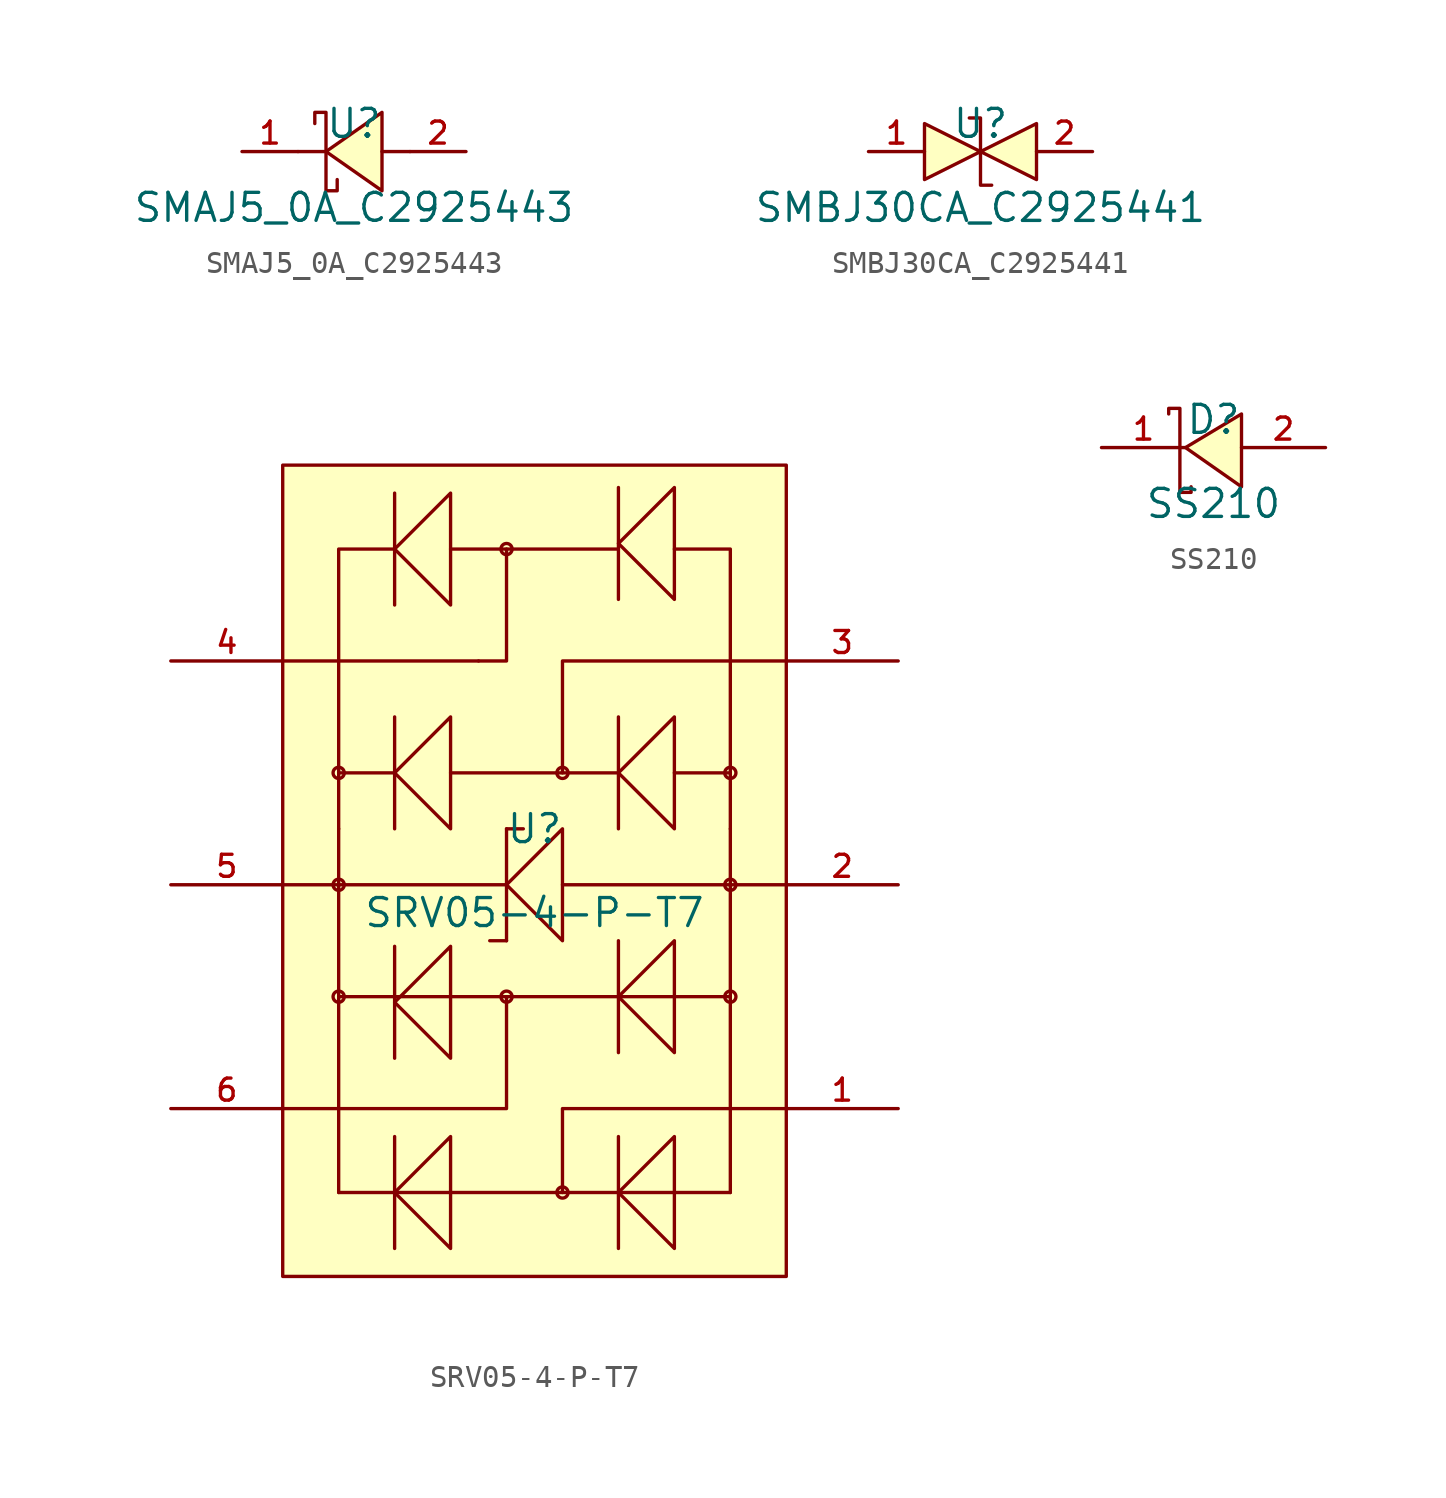
<source format=kicad_sym>
(kicad_symbol_lib
  (version 20210201)
  (generator TousstNicolas/JLC2KiCad_lib)
  (symbol "SMAJ5_0A_C2925443"
    (pin_names hide)
    (property "Reference" "U"
      (at 0 1.27 0)
      (effects (font (size 1.27 1.27))))
    (property "Value" "SMAJ5_0A_C2925443"
      (at 0 -2.54 0)
      (effects (font (size 1.27 1.27))))
    (symbol "SMAJ5_0A_C2925443_0_1"
      (polyline (pts (xy 1.27 1.778) (xy -1.27 -0.0) (xy 1.27 -1.778) (xy 1.27 1.778)) (stroke (width 0) (type default) (color 0 0 0 0)) (fill (type background)))
      (polyline (pts (xy -1.27 -0.0) (xy -2.54 -0.0)) (stroke (width 0) (type default) (color 0 0 0 0)) (fill (type none)))
      (polyline (pts (xy 2.54 -0.0) (xy 1.27 -0.0)) (stroke (width 0) (type default) (color 0 0 0 0)) (fill (type none)))
      (polyline (pts (xy -1.778 1.27) (xy -1.778 1.778) (xy -1.27 1.778) (xy -1.27 -1.778) (xy -0.762 -1.778) (xy -0.762 -1.27)) (stroke (width 0) (type default) (color 0 0 0 0)) (fill (type none)))
      (pin unspecified line (at -5.08 -0.0 0) (length 2.54) (name "K" (effects (font (size 1 1)))) (number "1" (effects (font (size 1 1)))))
      (pin unspecified line (at 5.08 -0.0 180) (length 2.54) (name "A" (effects (font (size 1 1)))) (number "2" (effects (font (size 1 1)))))))
  (symbol "SMBJ30CA_C2925441"
    (pin_names hide)
    (property "Reference" "U"
      (at 0 1.27 0)
      (effects (font (size 1.27 1.27))))
    (property "Value" "SMBJ30CA_C2925441"
      (at 0 -2.54 0)
      (effects (font (size 1.27 1.27))))
    (symbol "SMBJ30CA_C2925441_0_1"
      (polyline (pts (xy -0.508 1.524) (xy -0.508 1.524) (xy 0.0 1.524) (xy 0.0 -1.524) (xy 0.508 -1.524) (xy 0.508 -1.524)) (stroke (width 0) (type default) (color 0 0 0 0)) (fill (type none)))
      (polyline (pts (xy 2.54 1.27) (xy 0.0 -0.0) (xy 2.54 -1.27) (xy 2.54 1.27)) (stroke (width 0) (type default) (color 0 0 0 0)) (fill (type background)))
      (polyline (pts (xy -2.54 1.27) (xy 0.0 -0.0) (xy -2.54 -1.27) (xy -2.54 1.27)) (stroke (width 0) (type default) (color 0 0 0 0)) (fill (type background)))
      (pin unspecified line (at -5.08 -0.0 0) (length 2.54) (name "1" (effects (font (size 1 1)))) (number "1" (effects (font (size 1 1)))))
      (pin unspecified line (at 5.08 -0.0 180) (length 2.54) (name "2" (effects (font (size 1 1)))) (number "2" (effects (font (size 1 1)))))))
  (symbol "SRV05-4-P-T7"
    (pin_names hide)
    (property "Reference" "U"
      (at 0 1.27 0)
      (effects (font (size 1.27 1.27))))
    (property "Value" "SRV05-4-P-T7"
      (at 0 -2.54 0)
      (effects (font (size 1.27 1.27))))
    (symbol "SRV05-4-P-T7_0_1"
      (rectangle (start -11.43 17.78) (end 11.43 -19.05) (stroke (width 0) (type default) (color 0 0 0 0)) (fill (type background)))
      (pin input line (at 16.51 -11.43 180) (length 5.08) (name "1" (effects (font (size 1 1)))) (number "1" (effects (font (size 1 1)))))
      (pin input line (at 16.51 -1.27 180) (length 5.08) (name "2" (effects (font (size 1 1)))) (number "2" (effects (font (size 1 1)))))
      (pin input line (at 16.51 8.89 180) (length 5.08) (name "3" (effects (font (size 1 1)))) (number "3" (effects (font (size 1 1)))))
      (pin input line (at -16.51 8.89 0) (length 5.08) (name "4" (effects (font (size 1 1)))) (number "4" (effects (font (size 1 1)))))
      (pin input line (at -16.51 -1.27 0) (length 5.08) (name "5" (effects (font (size 1 1)))) (number "5" (effects (font (size 1 1)))))
      (polyline (pts (xy 8.89 -15.24) (xy -8.89 -15.24)) (stroke (width 0) (type default) (color 0 0 0 0)) (fill (type none)))
      (polyline (pts (xy 8.89 -6.35) (xy -1.27 -6.35)) (stroke (width 0) (type default) (color 0 0 0 0)) (fill (type none)))
      (polyline (pts (xy 6.35 -12.7) (xy 3.81 -15.24) (xy 6.35 -17.78) (xy 6.35 -12.7)) (stroke (width 0) (type default) (color 0 0 0 0)) (fill (type background)))
      (polyline (pts (xy 3.81 -17.78) (xy 3.81 -12.7)) (stroke (width 0) (type default) (color 0 0 0 0)) (fill (type none)))
      (polyline (pts (xy -3.81 -12.7) (xy -6.35 -15.24) (xy -3.81 -17.78) (xy -3.81 -12.7)) (stroke (width 0) (type default) (color 0 0 0 0)) (fill (type background)))
      (polyline (pts (xy -6.35 -17.78) (xy -6.35 -12.7)) (stroke (width 0) (type default) (color 0 0 0 0)) (fill (type none)))
      (polyline (pts (xy 1.27 1.27) (xy -1.27 -1.27) (xy 1.27 -3.81) (xy 1.27 1.27)) (stroke (width 0) (type default) (color 0 0 0 0)) (fill (type background)))
      (polyline (pts (xy -1.27 -3.81) (xy -1.27 1.27)) (stroke (width 0) (type default) (color 0 0 0 0)) (fill (type none)))
      (polyline (pts (xy -1.27 1.27) (xy -0.508 1.27)) (stroke (width 0) (type default) (color 0 0 0 0)) (fill (type none)))
      (pin input line (at -16.51 -11.43 0) (length 5.08) (name "6" (effects (font (size 1 1)))) (number "6" (effects (font (size 1 1)))))
      (polyline (pts (xy -1.27 -6.35) (xy -8.89 -6.35)) (stroke (width 0) (type default) (color 0 0 0 0)) (fill (type none)))
      (polyline (pts (xy -3.81 -4.064) (xy -6.35 -6.604) (xy -3.81 -9.144) (xy -3.81 -4.064)) (stroke (width 0) (type default) (color 0 0 0 0)) (fill (type background)))
      (polyline (pts (xy -6.35 -9.144) (xy -6.35 -4.064)) (stroke (width 0) (type default) (color 0 0 0 0)) (fill (type none)))
      (polyline (pts (xy 6.35 -3.81) (xy 3.81 -6.35) (xy 6.35 -8.89) (xy 6.35 -3.81)) (stroke (width 0) (type default) (color 0 0 0 0)) (fill (type background)))
      (polyline (pts (xy 3.81 -8.89) (xy 3.81 -3.81)) (stroke (width 0) (type default) (color 0 0 0 0)) (fill (type none)))
      (polyline (pts (xy -2.032 -3.81) (xy -1.27 -3.81)) (stroke (width 0) (type default) (color 0 0 0 0)) (fill (type none)))
      (polyline (pts (xy -1.27 -6.35) (xy -1.27 -11.43) (xy -11.43 -11.43)) (stroke (width 0) (type default) (color 0 0 0 0)) (fill (type none)))
      (polyline (pts (xy 1.27 -15.24) (xy 1.27 -11.43) (xy 11.43 -11.43)) (stroke (width 0) (type default) (color 0 0 0 0)) (fill (type none)))
      (polyline (pts (xy 8.89 -15.24) (xy 8.89 1.27)) (stroke (width 0) (type default) (color 0 0 0 0)) (fill (type none)))
      (polyline (pts (xy -8.89 -15.24) (xy -8.89 1.27)) (stroke (width 0) (type default) (color 0 0 0 0)) (fill (type none)))
      (polyline (pts (xy -2.54 8.89) (xy -2.54 8.89)) (stroke (width 0) (type default) (color 0 0 0 0)) (fill (type none)))
      (polyline (pts (xy 11.43 -1.27) (xy 1.27 -1.27)) (stroke (width 0) (type default) (color 0 0 0 0)) (fill (type none)))
      (polyline (pts (xy -1.27 -1.27) (xy -8.89 -1.27)) (stroke (width 0) (type default) (color 0 0 0 0)) (fill (type none)))
      (polyline (pts (xy 6.35 6.35) (xy 3.81 3.81) (xy 6.35 1.27) (xy 6.35 6.35)) (stroke (width 0) (type default) (color 0 0 0 0)) (fill (type background)))
      (polyline (pts (xy 3.81 1.27) (xy 3.81 6.35)) (stroke (width 0) (type default) (color 0 0 0 0)) (fill (type none)))
      (polyline (pts (xy -3.81 6.35) (xy -6.35 3.81) (xy -3.81 1.27) (xy -3.81 6.35)) (stroke (width 0) (type default) (color 0 0 0 0)) (fill (type background)))
      (polyline (pts (xy -6.35 1.27) (xy -6.35 6.35)) (stroke (width 0) (type default) (color 0 0 0 0)) (fill (type none)))
      (polyline (pts (xy -3.81 16.51) (xy -6.35 13.97) (xy -3.81 11.43) (xy -3.81 16.51)) (stroke (width 0) (type default) (color 0 0 0 0)) (fill (type background)))
      (polyline (pts (xy -6.35 11.43) (xy -6.35 16.51)) (stroke (width 0) (type default) (color 0 0 0 0)) (fill (type none)))
      (polyline (pts (xy 6.35 16.764) (xy 3.81 14.224) (xy 6.35 11.684) (xy 6.35 16.764)) (stroke (width 0) (type default) (color 0 0 0 0)) (fill (type background)))
      (polyline (pts (xy 3.81 11.684) (xy 3.81 16.764)) (stroke (width 0) (type default) (color 0 0 0 0)) (fill (type none)))
      (polyline (pts (xy 3.81 3.81) (xy -3.81 3.81)) (stroke (width 0) (type default) (color 0 0 0 0)) (fill (type none)))
      (polyline (pts (xy 6.35 3.81) (xy 8.89 3.81) (xy 8.89 1.27)) (stroke (width 0) (type default) (color 0 0 0 0)) (fill (type none)))
      (polyline (pts (xy -6.35 3.81) (xy -8.89 3.81) (xy -8.89 1.27)) (stroke (width 0) (type default) (color 0 0 0 0)) (fill (type none)))
      (polyline (pts (xy 8.89 3.81) (xy 8.89 13.97) (xy 6.35 13.97)) (stroke (width 0) (type default) (color 0 0 0 0)) (fill (type none)))
      (polyline (pts (xy 3.81 13.97) (xy -3.81 13.97)) (stroke (width 0) (type default) (color 0 0 0 0)) (fill (type none)))
      (polyline (pts (xy -6.35 13.97) (xy -8.89 13.97) (xy -8.89 3.81)) (stroke (width 0) (type default) (color 0 0 0 0)) (fill (type none)))
      (polyline (pts (xy -8.89 -1.27) (xy -11.43 -1.27)) (stroke (width 0) (type default) (color 0 0 0 0)) (fill (type none)))
      (circle (center 8.89 -6.35) (radius 0.254) (stroke (width 0) (type default) (color 0 0 0 0)) (fill (type background)))
      (circle (center -8.89 -6.35) (radius 0.254) (stroke (width 0) (type default) (color 0 0 0 0)) (fill (type background)))
      (circle (center 8.89 3.81) (radius 0.254) (stroke (width 0) (type default) (color 0 0 0 0)) (fill (type background)))
      (circle (center -8.89 3.81) (radius 0.254) (stroke (width 0) (type default) (color 0 0 0 0)) (fill (type background)))
      (circle (center 1.27 3.81) (radius 0.254) (stroke (width 0) (type default) (color 0 0 0 0)) (fill (type background)))
      (polyline (pts (xy 1.27 3.81) (xy 1.27 8.89) (xy 11.43 8.89)) (stroke (width 0) (type default) (color 0 0 0 0)) (fill (type none)))
      (polyline (pts (xy -1.27 13.97) (xy -1.27 8.89) (xy -8.89 8.89)) (stroke (width 0) (type default) (color 0 0 0 0)) (fill (type none)))
      (polyline (pts (xy -8.89 8.89) (xy -11.43 8.89)) (stroke (width 0) (type default) (color 0 0 0 0)) (fill (type none)))
      (circle (center -1.27 13.97) (radius 0.254) (stroke (width 0) (type default) (color 0 0 0 0)) (fill (type background)))
      (circle (center 1.27 -15.24) (radius 0.254) (stroke (width 0) (type default) (color 0 0 0 0)) (fill (type background)))
      (circle (center -1.27 -6.35) (radius 0.254) (stroke (width 0) (type default) (color 0 0 0 0)) (fill (type background)))
      (circle (center 8.89 -1.27) (radius 0.254) (stroke (width 0) (type default) (color 0 0 0 0)) (fill (type background)))
      (circle (center -8.89 -1.27) (radius 0.254) (stroke (width 0) (type default) (color 0 0 0 0)) (fill (type background)))))
  (symbol "SS210"
    (pin_names hide)
    (property "Reference" "D"
      (at 0 1.27 0)
      (effects (font (size 1.27 1.27))))
    (property "Value" "SS210"
      (at 0 -2.54 0)
      (effects (font (size 1.27 1.27))))
    (symbol "SS210_0_1"
      (pin unspecified line (at 5.08 -0.0 180) (length 3.81) (name "A" (effects (font (size 1 1)))) (number "2" (effects (font (size 1 1)))))
      (pin unspecified line (at -5.08 -0.0 0) (length 3.81) (name "K" (effects (font (size 1 1)))) (number "1" (effects (font (size 1 1)))))
      (polyline (pts (xy -2.032 1.524) (xy -2.032 1.778) (xy -1.524 1.778) (xy -1.524 -2.032) (xy -1.016 -2.032) (xy -1.016 -1.778)) (stroke (width 0) (type default) (color 0 0 0 0)) (fill (type none)))
      (polyline (pts (xy 1.27 1.524) (xy -1.27 -0.0) (xy 1.27 -1.778) (xy 1.27 1.524)) (stroke (width 0) (type default) (color 0 0 0 0)) (fill (type background))))))
</source>
